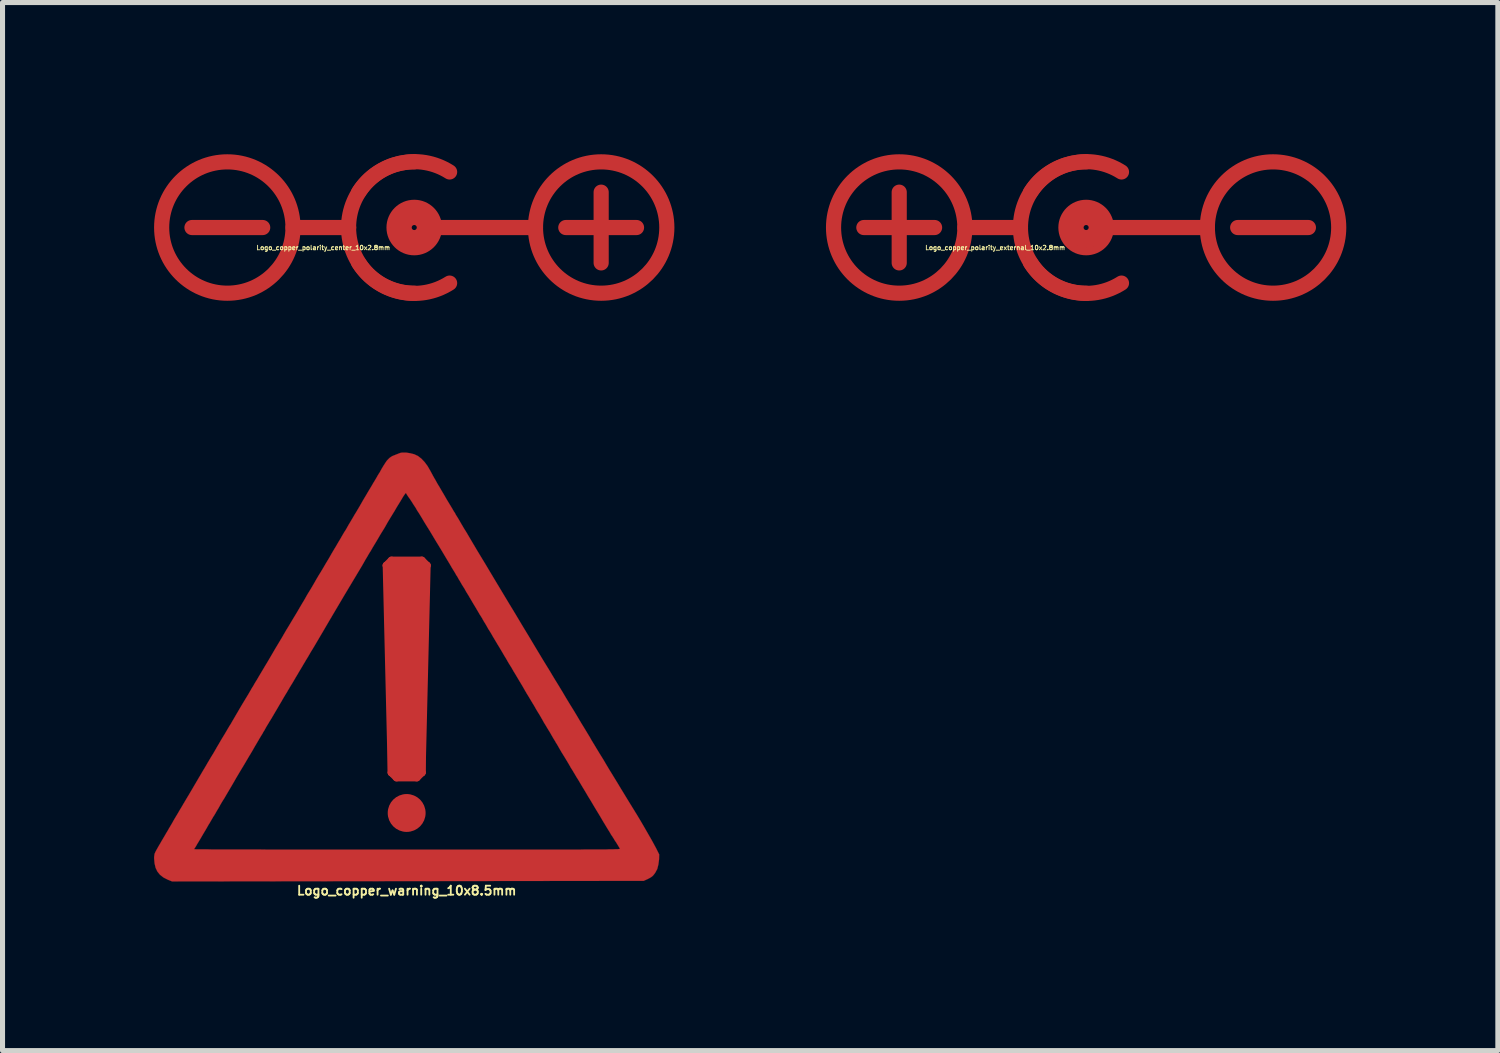
<source format=kicad_pcb>
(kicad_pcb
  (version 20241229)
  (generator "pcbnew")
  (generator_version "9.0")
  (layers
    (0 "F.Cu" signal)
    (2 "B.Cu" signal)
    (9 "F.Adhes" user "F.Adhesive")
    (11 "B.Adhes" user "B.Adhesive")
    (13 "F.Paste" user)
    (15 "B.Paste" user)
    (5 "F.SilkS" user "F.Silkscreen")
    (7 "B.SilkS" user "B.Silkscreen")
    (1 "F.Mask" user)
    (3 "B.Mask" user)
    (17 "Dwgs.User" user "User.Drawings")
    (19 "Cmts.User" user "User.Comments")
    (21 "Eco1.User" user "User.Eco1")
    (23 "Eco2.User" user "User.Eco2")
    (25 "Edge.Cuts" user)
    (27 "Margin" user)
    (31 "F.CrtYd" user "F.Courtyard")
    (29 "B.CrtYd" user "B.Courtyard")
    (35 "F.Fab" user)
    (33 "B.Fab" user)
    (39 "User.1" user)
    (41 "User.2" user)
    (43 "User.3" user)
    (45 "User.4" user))
  (footprint "Logo_copper_warning_10x8.5mm"
    (layer "F.Cu")
    (at 5 10.143)
    (property "Reference" "Logo_copper_warning_10x8.5mm" (at 0 4.437 0) (layer "F.SilkS") (effects (font (size 0.178 0.178) (thickness 0.036))))
    (attr exclude_from_pos_files exclude_from_bom)
    (fp_line (start -0.4 -2) (end -0.3 -2.1) (stroke (width 0.15) (type solid)) (layer "F.Cu"))
    (fp_line (start -0.4 -2) (end -0.3 2.1) (stroke (width 0.15) (type solid)) (layer "F.Cu"))
    (fp_line (start -0.3 -2.1) (end 0.3 -2.1) (stroke (width 0.15) (type solid)) (layer "F.Cu"))
    (fp_line (start -0.3 -2) (end -0.3 2.1) (stroke (width 0.15) (type solid)) (layer "F.Cu"))
    (fp_line (start -0.3 2.1) (end -0.2 2.2) (stroke (width 0.15) (type solid)) (layer "F.Cu"))
    (fp_line (start -0.3 2.1) (end 0.3 2.1) (stroke (width 0.15) (type solid)) (layer "F.Cu"))
    (fp_line (start -0.2 2.1) (end -0.2 -2) (stroke (width 0.15) (type solid)) (layer "F.Cu"))
    (fp_line (start -0.2 2.2) (end 0.2 2.2) (stroke (width 0.15) (type solid)) (layer "F.Cu"))
    (fp_line (start -0.1 -2) (end -0.1 2.1) (stroke (width 0.15) (type solid)) (layer "F.Cu"))
    (fp_line (start 0 2.1) (end 0 -2) (stroke (width 0.15) (type solid)) (layer "F.Cu"))
    (fp_line (start 0.1 2.1) (end 0.1 -2) (stroke (width 0.15) (type solid)) (layer "F.Cu"))
    (fp_line (start 0.2 -2) (end 0.2 2.1) (stroke (width 0.15) (type solid)) (layer "F.Cu"))
    (fp_line (start 0.2 2.2) (end 0.3 2.1) (stroke (width 0.15) (type solid)) (layer "F.Cu"))
    (fp_line (start 0.3 -2.1) (end 0.4 -2) (stroke (width 0.15) (type solid)) (layer "F.Cu"))
    (fp_line (start 0.3 2.1) (end 0.3 -2) (stroke (width 0.15) (type solid)) (layer "F.Cu"))
    (fp_line (start 0.3 2.1) (end 0.4 -2) (stroke (width 0.15) (type solid)) (layer "F.Cu"))
    (fp_line (start 0.4 -2) (end -0.4 -2) (stroke (width 0.15) (type solid)) (layer "F.Cu"))
    (fp_circle (center 0 2.9) (end -0.3 2.9) (stroke (width 0.15) (type solid)) (fill no) (layer "F.Cu"))
    (fp_circle (center 0 2.9) (end -0.2 2.9) (stroke (width 0.15) (type solid)) (fill no) (layer "F.Cu"))
    (fp_circle (center 0 2.9) (end -0.1 2.9) (stroke (width 0.2) (type solid)) (fill no) (layer "F.Cu"))
    (fp_poly (pts (xy 4.999 3.721) (xy 4.996 3.82) (xy 4.983 3.919) (xy 4.961 4.008) (xy 4.92 4.084) (xy 4.897 4.115) (xy 4.874 4.143) (xy 4.846 4.166) (xy 4.813 4.186) (xy 4.775 4.206) (xy 4.691 4.244) (xy 4.221 4.244) (xy 4.221 3.609) (xy 4.214 3.594) (xy 4.199 3.569) (xy 4.176 3.531) (xy 4.148 3.485) (xy 4.13 3.459) (xy 4.112 3.432) (xy 4.1 3.409) (xy 4.084 3.386) (xy 4.072 3.365) (xy 4.056 3.343) (xy 4.041 3.32) (xy 4.026 3.292) (xy 4.006 3.259) (xy 3.98 3.218) (xy 3.952 3.172) (xy 3.919 3.117) (xy 3.879 3.051) (xy 3.833 2.972) (xy 3.777 2.88) (xy 3.713 2.774) (xy 3.647 2.662) (xy 3.589 2.568) (xy 3.536 2.477) (xy 3.485 2.393) (xy 3.439 2.316) (xy 3.399 2.248) (xy 3.363 2.192) (xy 3.338 2.149) (xy 3.32 2.118) (xy 3.31 2.103) (xy 3.299 2.083) (xy 3.279 2.05) (xy 3.251 2.007) (xy 3.221 1.953) (xy 3.188 1.897) (xy 3.17 1.867) (xy 3.127 1.796) (xy 3.078 1.717) (xy 3.03 1.636) (xy 2.987 1.56) (xy 2.946 1.494) (xy 2.946 1.491) (xy 2.908 1.43) (xy 2.87 1.364) (xy 2.835 1.303) (xy 2.802 1.25) (xy 2.779 1.212) (xy 2.753 1.168) (xy 2.72 1.115) (xy 2.685 1.052) (xy 2.647 0.986) (xy 2.609 0.922) (xy 2.606 0.919) (xy 2.565 0.851) (xy 2.52 0.772) (xy 2.469 0.688) (xy 2.421 0.607) (xy 2.377 0.536) (xy 2.337 0.467) (xy 2.291 0.386) (xy 2.24 0.302) (xy 2.189 0.216) (xy 2.141 0.135) (xy 2.118 0.099) (xy 2.075 0.023) (xy 2.024 -0.058) (xy 1.974 -0.145) (xy 1.925 -0.226) (xy 1.882 -0.3) (xy 1.864 -0.33) (xy 1.829 -0.389) (xy 1.796 -0.442) (xy 1.768 -0.49) (xy 1.745 -0.528) (xy 1.73 -0.554) (xy 1.727 -0.559) (xy 1.714 -0.579) (xy 1.694 -0.615) (xy 1.669 -0.658) (xy 1.638 -0.709) (xy 1.615 -0.744) (xy 1.585 -0.798) (xy 1.557 -0.846) (xy 1.532 -0.886) (xy 1.514 -0.917) (xy 1.506 -0.93) (xy 1.496 -0.95) (xy 1.476 -0.983) (xy 1.448 -1.026) (xy 1.417 -1.079) (xy 1.384 -1.135) (xy 1.369 -1.161) (xy 1.326 -1.232) (xy 1.278 -1.313) (xy 1.227 -1.4) (xy 1.176 -1.483) (xy 1.133 -1.56) (xy 1.13 -1.562) (xy 1.092 -1.623) (xy 1.059 -1.681) (xy 1.026 -1.735) (xy 1.001 -1.781) (xy 0.98 -1.811) (xy 0.975 -1.821) (xy 0.958 -1.852) (xy 0.93 -1.897) (xy 0.894 -1.956) (xy 0.853 -2.027) (xy 0.805 -2.106) (xy 0.752 -2.195) (xy 0.696 -2.289) (xy 0.638 -2.385) (xy 0.577 -2.484) (xy 0.518 -2.583) (xy 0.46 -2.68) (xy 0.401 -2.774) (xy 0.348 -2.86) (xy 0.3 -2.941) (xy 0.257 -3.012) (xy 0.218 -3.073) (xy 0.213 -3.078) (xy 0.175 -3.145) (xy 0.135 -3.205) (xy 0.097 -3.266) (xy 0.061 -3.32) (xy 0.028 -3.365) (xy 0.005 -3.401) (xy -0.01 -3.426) (xy -0.02 -3.434) (xy -0.025 -3.426) (xy -0.043 -3.401) (xy -0.069 -3.363) (xy -0.102 -3.307) (xy -0.142 -3.241) (xy -0.191 -3.162) (xy -0.244 -3.071) (xy -0.305 -2.972) (xy -0.371 -2.863) (xy -0.439 -2.743) (xy -0.516 -2.619) (xy -0.592 -2.489) (xy -0.673 -2.355) (xy -0.714 -2.283) (xy -0.729 -2.261) (xy -0.752 -2.223) (xy -0.78 -2.174) (xy -0.815 -2.116) (xy -0.851 -2.052) (xy -0.889 -1.986) (xy -1.059 -1.702) (xy -1.222 -1.43) (xy -1.377 -1.168) (xy -1.527 -0.914) (xy -1.671 -0.668) (xy -1.816 -0.422) (xy -1.857 -0.353) (xy -1.895 -0.292) (xy -1.93 -0.231) (xy -1.963 -0.175) (xy -1.991 -0.13) (xy -2.012 -0.094) (xy -2.017 -0.084) (xy -2.035 -0.056) (xy -2.06 -0.013) (xy -2.09 0.038) (xy -2.126 0.097) (xy -2.164 0.163) (xy -2.192 0.208) (xy -2.23 0.274) (xy -2.268 0.338) (xy -2.304 0.396) (xy -2.334 0.447) (xy -2.357 0.485) (xy -2.367 0.505) (xy -2.39 0.541) (xy -2.418 0.587) (xy -2.449 0.64) (xy -2.479 0.693) (xy -2.484 0.701) (xy -2.532 0.782) (xy -2.581 0.866) (xy -2.629 0.947) (xy -2.675 1.026) (xy -2.718 1.095) (xy -2.751 1.151) (xy -2.764 1.171) (xy -2.789 1.214) (xy -2.814 1.26) (xy -2.837 1.298) (xy -2.84 1.3) (xy -2.852 1.326) (xy -2.878 1.367) (xy -2.911 1.422) (xy -2.954 1.496) (xy -3.005 1.582) (xy -3.063 1.684) (xy -3.132 1.798) (xy -3.205 1.923) (xy -3.289 2.062) (xy -3.378 2.212) (xy -3.381 2.217) (xy -3.426 2.296) (xy -3.475 2.38) (xy -3.526 2.466) (xy -3.574 2.548) (xy -3.617 2.621) (xy -3.645 2.664) (xy -3.683 2.728) (xy -3.721 2.797) (xy -3.759 2.86) (xy -3.792 2.918) (xy -3.82 2.964) (xy -3.825 2.969) (xy -3.853 3.018) (xy -3.881 3.066) (xy -3.904 3.106) (xy -3.922 3.134) (xy -3.962 3.205) (xy -4.003 3.274) (xy -4.044 3.343) (xy -4.082 3.409) (xy -4.117 3.467) (xy -4.148 3.518) (xy -4.171 3.559) (xy -4.188 3.586) (xy -4.196 3.599) (xy -4.199 3.599) (xy -4.206 3.614) (xy -4.206 3.617) (xy -4.196 3.617) (xy -4.168 3.619) (xy -4.12 3.619) (xy -4.054 3.619) (xy -3.97 3.619) (xy -3.868 3.622) (xy -3.754 3.622) (xy -3.622 3.622) (xy -3.475 3.622) (xy -3.315 3.622) (xy -3.139 3.622) (xy -2.951 3.622) (xy -2.753 3.625) (xy -2.543 3.625) (xy -2.319 3.625) (xy -2.088 3.625) (xy -1.847 3.625) (xy -1.595 3.625) (xy -1.336 3.625) (xy -1.072 3.625) (xy -0.798 3.625) (xy -0.518 3.625) (xy -0.231 3.625) (xy 0.01 3.625) (xy 0.358 3.625) (xy 0.686 3.625) (xy 0.993 3.625) (xy 1.283 3.625) (xy 1.557 3.625) (xy 1.811 3.625) (xy 2.05 3.625) (xy 2.273 3.625) (xy 2.482 3.625) (xy 2.672 3.625) (xy 2.85 3.625) (xy 3.012 3.625) (xy 3.165 3.625) (xy 3.302 3.625) (xy 3.426 3.625) (xy 3.541 3.622) (xy 3.642 3.622) (xy 3.734 3.622) (xy 3.815 3.622) (xy 3.889 3.622) (xy 3.952 3.622) (xy 4.008 3.619) (xy 4.054 3.619) (xy 4.094 3.619) (xy 4.128 3.617) (xy 4.155 3.617) (xy 4.178 3.617) (xy 4.194 3.614) (xy 4.206 3.614) (xy 4.214 3.612) (xy 4.219 3.612) (xy 4.221 3.609) (xy 4.221 4.244) (xy 0.023 4.249) (xy -4.643 4.255) (xy -4.732 4.219) (xy -4.816 4.176) (xy -4.884 4.122) (xy -4.935 4.059) (xy -4.971 3.983) (xy -4.991 3.894) (xy -4.999 3.8) (xy -4.999 3.772) (xy -4.996 3.749) (xy -4.994 3.729) (xy -4.989 3.706) (xy -4.978 3.68) (xy -4.963 3.65) (xy -4.94 3.609) (xy -4.912 3.559) (xy -4.874 3.495) (xy -4.854 3.459) (xy -4.821 3.404) (xy -4.788 3.348) (xy -4.76 3.299) (xy -4.737 3.261) (xy -4.722 3.236) (xy -4.704 3.203) (xy -4.676 3.157) (xy -4.643 3.101) (xy -4.608 3.038) (xy -4.567 2.969) (xy -4.526 2.901) (xy -4.488 2.835) (xy -4.481 2.824) (xy -4.458 2.786) (xy -4.43 2.738) (xy -4.397 2.682) (xy -4.361 2.621) (xy -4.326 2.563) (xy -4.285 2.494) (xy -4.239 2.416) (xy -4.191 2.334) (xy -4.145 2.256) (xy -4.117 2.207) (xy -4.079 2.144) (xy -4.039 2.075) (xy -3.998 2.007) (xy -3.962 1.946) (xy -3.937 1.902) (xy -3.907 1.852) (xy -3.871 1.791) (xy -3.83 1.725) (xy -3.79 1.656) (xy -3.754 1.593) (xy -3.716 1.529) (xy -3.678 1.463) (xy -3.64 1.4) (xy -3.607 1.346) (xy -3.581 1.303) (xy -3.581 1.3) (xy -3.566 1.278) (xy -3.551 1.25) (xy -3.531 1.217) (xy -3.51 1.181) (xy -3.482 1.138) (xy -3.452 1.085) (xy -3.416 1.024) (xy -3.376 0.955) (xy -3.327 0.871) (xy -3.272 0.777) (xy -3.208 0.671) (xy -3.134 0.549) (xy -3.053 0.409) (xy -3.048 0.404) (xy -3.005 0.328) (xy -2.959 0.254) (xy -2.916 0.18) (xy -2.878 0.117) (xy -2.845 0.061) (xy -2.819 0.018) (xy -2.809 0) (xy -2.789 -0.033) (xy -2.761 -0.079) (xy -2.725 -0.14) (xy -2.685 -0.208) (xy -2.642 -0.282) (xy -2.596 -0.361) (xy -2.555 -0.429) (xy -2.471 -0.569) (xy -2.393 -0.704) (xy -2.316 -0.831) (xy -2.245 -0.95) (xy -2.179 -1.059) (xy -2.121 -1.158) (xy -2.07 -1.245) (xy -2.029 -1.313) (xy -2.007 -1.351) (xy -1.989 -1.384) (xy -1.961 -1.433) (xy -1.925 -1.491) (xy -1.882 -1.562) (xy -1.836 -1.641) (xy -1.788 -1.725) (xy -1.737 -1.811) (xy -1.699 -1.872) (xy -1.646 -1.961) (xy -1.593 -2.052) (xy -1.539 -2.141) (xy -1.491 -2.225) (xy -1.445 -2.304) (xy -1.405 -2.37) (xy -1.374 -2.423) (xy -1.359 -2.449) (xy -1.321 -2.512) (xy -1.28 -2.583) (xy -1.24 -2.652) (xy -1.201 -2.713) (xy -1.181 -2.748) (xy -1.151 -2.802) (xy -1.113 -2.865) (xy -1.072 -2.934) (xy -1.031 -3.005) (xy -1.001 -3.053) (xy -0.927 -3.178) (xy -0.864 -3.289) (xy -0.805 -3.388) (xy -0.754 -3.475) (xy -0.711 -3.546) (xy -0.678 -3.602) (xy -0.655 -3.642) (xy -0.64 -3.665) (xy -0.625 -3.691) (xy -0.602 -3.729) (xy -0.577 -3.774) (xy -0.546 -3.825) (xy -0.538 -3.835) (xy -0.493 -3.917) (xy -0.455 -3.98) (xy -0.422 -4.031) (xy -0.394 -4.072) (xy -0.366 -4.102) (xy -0.34 -4.128) (xy -0.312 -4.148) (xy -0.282 -4.166) (xy -0.244 -4.181) (xy -0.201 -4.199) (xy -0.193 -4.201) (xy -0.15 -4.219) (xy -0.119 -4.229) (xy -0.089 -4.234) (xy -0.058 -4.234) (xy -0.013 -4.234) (xy 0.071 -4.221) (xy 0.15 -4.201) (xy 0.224 -4.166) (xy 0.29 -4.115) (xy 0.353 -4.049) (xy 0.414 -3.967) (xy 0.472 -3.866) (xy 0.505 -3.805) (xy 0.518 -3.78) (xy 0.541 -3.739) (xy 0.572 -3.686) (xy 0.607 -3.622) (xy 0.65 -3.551) (xy 0.696 -3.472) (xy 0.744 -3.391) (xy 0.792 -3.307) (xy 0.843 -3.223) (xy 0.892 -3.142) (xy 0.935 -3.068) (xy 0.953 -3.043) (xy 0.975 -3) (xy 1.008 -2.949) (xy 1.044 -2.888) (xy 1.082 -2.822) (xy 1.123 -2.753) (xy 1.125 -2.748) (xy 1.179 -2.662) (xy 1.24 -2.558) (xy 1.311 -2.438) (xy 1.389 -2.306) (xy 1.478 -2.159) (xy 1.575 -1.999) (xy 1.676 -1.829) (xy 1.786 -1.646) (xy 1.902 -1.453) (xy 2.024 -1.25) (xy 2.151 -1.041) (xy 2.281 -0.823) (xy 2.418 -0.597) (xy 2.555 -0.368) (xy 2.697 -0.132) (xy 2.842 0.104) (xy 2.878 0.165) (xy 2.941 0.269) (xy 3.01 0.381) (xy 3.084 0.503) (xy 3.157 0.627) (xy 3.233 0.752) (xy 3.31 0.876) (xy 3.383 0.998) (xy 3.452 1.115) (xy 3.518 1.222) (xy 3.576 1.318) (xy 3.627 1.402) (xy 3.655 1.453) (xy 3.741 1.595) (xy 3.818 1.722) (xy 3.889 1.836) (xy 3.952 1.943) (xy 4.011 2.042) (xy 4.069 2.136) (xy 4.125 2.228) (xy 4.181 2.319) (xy 4.239 2.416) (xy 4.293 2.504) (xy 4.394 2.67) (xy 4.486 2.819) (xy 4.569 2.954) (xy 4.643 3.078) (xy 4.707 3.188) (xy 4.765 3.289) (xy 4.818 3.381) (xy 4.864 3.462) (xy 4.905 3.538) (xy 4.938 3.599) (xy 4.999 3.721)) (stroke (width 0.003) (type solid)) (fill yes) (layer "F.Cu")))
  (footprint "Logo_copper_polarity_center_10x2.8mm"
    (layer "F.Cu")
    (at 5.15 1.454)
    (property "Reference" "Logo_copper_polarity_center_10x2.8mm" (at -1.8 0.4 0) (layer "F.SilkS") (effects (font (size 0.089 0.089) (thickness 0.018))))
    (attr exclude_from_pos_files exclude_from_bom)
    (fp_line (start -4.4 0) (end -3 0) (stroke (width 0.3) (type solid)) (layer "F.Cu"))
    (fp_line (start -1.3 0) (end -2.4 0) (stroke (width 0.3) (type solid)) (layer "F.Cu"))
    (fp_line (start 2.4 0) (end 0.3 0) (stroke (width 0.3) (type solid)) (layer "F.Cu"))
    (fp_line (start 3 0) (end 4.4 0) (stroke (width 0.3) (type solid)) (layer "F.Cu"))
    (fp_line (start 3.7 0.7) (end 3.7 -0.7) (stroke (width 0.3) (type solid)) (layer "F.Cu"))
    (fp_arc (start -1.3 0) (mid -0.919239 -0.919239) (end 0 -1.3) (stroke (width 0.3) (type solid)) (layer "F.Cu"))
    (fp_arc (start -1.1 -0.7) (mid -0.282843 -1.272792) (end 0.7 -1.1) (stroke (width 0.3) (type solid)) (layer "F.Cu"))
    (fp_arc (start 0 1.3) (mid -0.919239 0.919239) (end -1.3 0) (stroke (width 0.3) (type solid)) (layer "F.Cu"))
    (fp_arc (start 0.7 1.1) (mid -0.282843 1.272792) (end -1.1 0.7) (stroke (width 0.3) (type solid)) (layer "F.Cu"))
    (fp_circle (center -3.7 0) (end -2.4 0) (stroke (width 0.3) (type solid)) (fill no) (layer "F.Cu"))
    (fp_circle (center 0 0) (end -0.4 0) (stroke (width 0.3) (type solid)) (fill no) (layer "F.Cu"))
    (fp_circle (center 0 0) (end -0.3 0.1) (stroke (width 0.3) (type solid)) (fill no) (layer "F.Cu"))
    (fp_circle (center 0 0) (end -0.2 0) (stroke (width 0.3) (type solid)) (fill no) (layer "F.Cu"))
    (fp_circle (center 0 0) (end -0.1 0) (stroke (width 0.3) (type solid)) (fill no) (layer "F.Cu"))
    (fp_circle (center 3.7 0) (end 5 0) (stroke (width 0.3) (type solid)) (fill no) (layer "F.Cu")))
  (footprint "Logo_copper_polarity_external_10x2.8mm"
    (layer "F.Cu")
    (at 18.45 1.454)
    (property "Reference" "Logo_copper_polarity_external_10x2.8mm" (at -1.8 0.4 0) (layer "F.SilkS") (effects (font (size 0.089 0.089) (thickness 0.018))))
    (attr exclude_from_pos_files exclude_from_bom)
    (fp_line (start -4.4 0) (end -3 0) (stroke (width 0.3) (type solid)) (layer "F.Cu"))
    (fp_line (start -3.7 0.7) (end -3.7 -0.7) (stroke (width 0.3) (type solid)) (layer "F.Cu"))
    (fp_line (start -1.3 0) (end -2.4 0) (stroke (width 0.3) (type solid)) (layer "F.Cu"))
    (fp_line (start 2.4 0) (end 0.3 0) (stroke (width 0.3) (type solid)) (layer "F.Cu"))
    (fp_line (start 3 0) (end 4.4 0) (stroke (width 0.3) (type solid)) (layer "F.Cu"))
    (fp_arc (start -1.3 0) (mid -0.919239 -0.919239) (end 0 -1.3) (stroke (width 0.3) (type solid)) (layer "F.Cu"))
    (fp_arc (start -1.1 -0.7) (mid -0.282843 -1.272792) (end 0.7 -1.1) (stroke (width 0.3) (type solid)) (layer "F.Cu"))
    (fp_arc (start 0 1.3) (mid -0.919239 0.919239) (end -1.3 0) (stroke (width 0.3) (type solid)) (layer "F.Cu"))
    (fp_arc (start 0.7 1.1) (mid -0.282843 1.272792) (end -1.1 0.7) (stroke (width 0.3) (type solid)) (layer "F.Cu"))
    (fp_circle (center -3.7 0) (end -2.4 0) (stroke (width 0.3) (type solid)) (fill no) (layer "F.Cu"))
    (fp_circle (center 0 0) (end -0.4 0) (stroke (width 0.3) (type solid)) (fill no) (layer "F.Cu"))
    (fp_circle (center 0 0) (end -0.3 0.1) (stroke (width 0.3) (type solid)) (fill no) (layer "F.Cu"))
    (fp_circle (center 0 0) (end -0.2 0) (stroke (width 0.3) (type solid)) (fill no) (layer "F.Cu"))
    (fp_circle (center 0 0) (end -0.1 0) (stroke (width 0.3) (type solid)) (fill no) (layer "F.Cu"))
    (fp_circle (center 3.7 0) (end 5 0) (stroke (width 0.3) (type solid)) (fill no) (layer "F.Cu")))
  (gr_rect
    (start -3 -3)
    (end 26.6 17.747)
    (stroke (width 0.1) (type default))
    (fill no)
    (layer "Edge.Cuts")))
</source>
